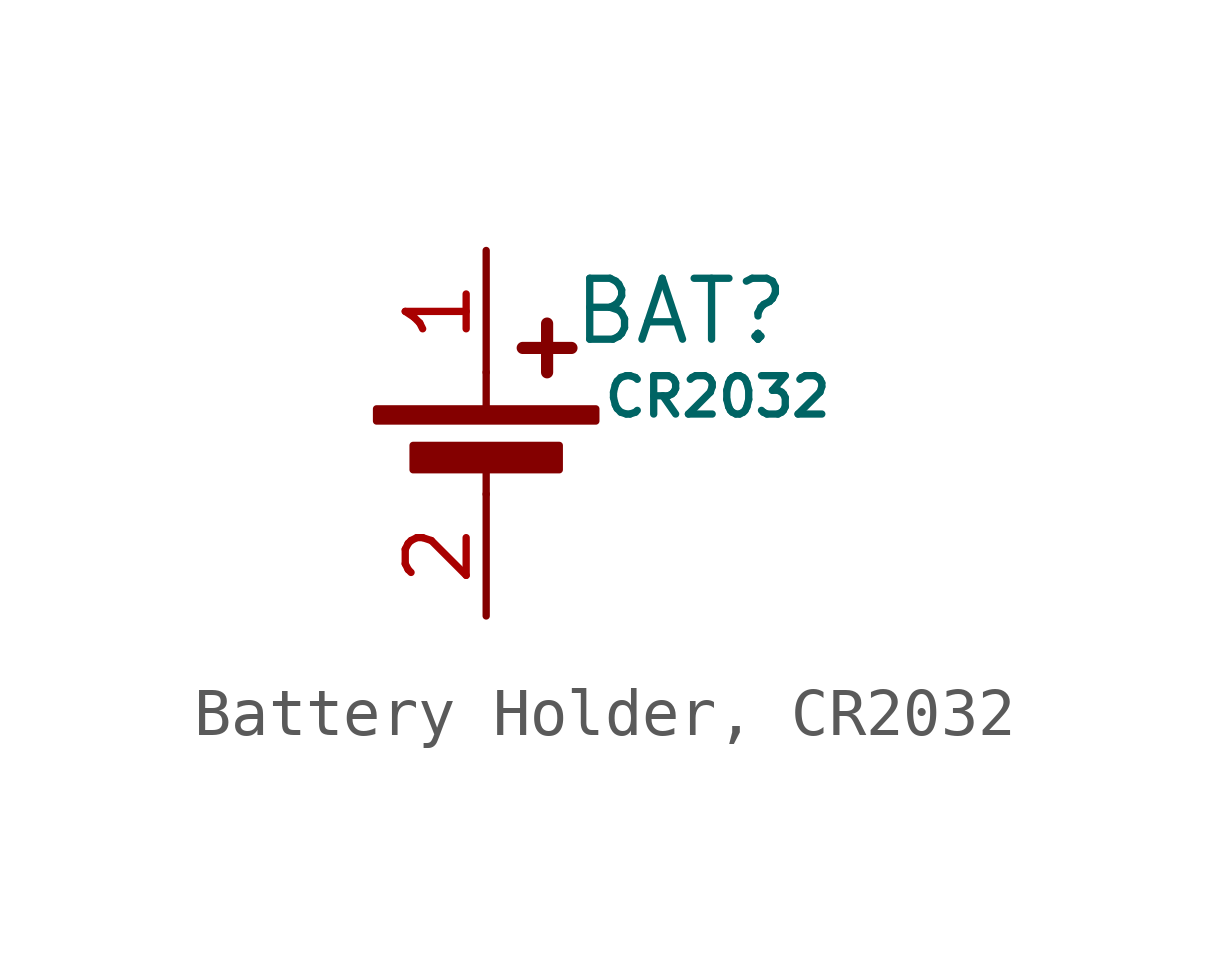
<source format=kicad_sym>
(kicad_symbol_lib
  (version 20231120)
  (generator "CDFER_Archive_Tool")
  (generator_version "0.0")
  (symbol "Battery Holder, CR2032"
    (pin_names hide)
    (property "Reference" "BAT"
      (at 4.064 2.54 0)
      (effects (font (size 1.27 1.27))))
    (property "Value" "CR2032"
      (at 4.826 0.762 0)
      (effects (font (size 0.8 0.8))))
    (symbol "Battery Holder, CR2032_0_1"
      (rectangle (start -2.286 0.508) (end 2.286 0.254) (stroke (width 0) (type default)) (fill (type outline)))
      (rectangle (start -1.524 -0.254) (end 1.524 -0.762) (stroke (width 0) (type default)) (fill (type outline)))
      (polyline (pts (xy 0 -0.508) (xy 0 -1.27)) (stroke (width 0) (type default)) (fill (type none)))
      (polyline (pts (xy 0 0.508) (xy 0 1.27)) (stroke (width 0) (type default)) (fill (type none)))
      (polyline (pts (xy 0.762 1.778) (xy 1.778 1.778)) (stroke (width 0.254) (type default)) (fill (type none)))
      (polyline (pts (xy 1.27 2.286) (xy 1.27 1.27)) (stroke (width 0.254) (type default)) (fill (type none))))
    (symbol "Battery Holder, CR2032_1_1"
      (pin passive line (at 0 3.81 270) (length 2.54) (name "+" (effects (font (size 1.27 1.27)))) (number "1" (effects (font (size 1.27 1.27)))))
      (pin passive line (at 0 -3.81 90) (length 2.54) (name "-" (effects (font (size 1.27 1.27)))) (number "2" (effects (font (size 1.27 1.27))))))))
</source>
